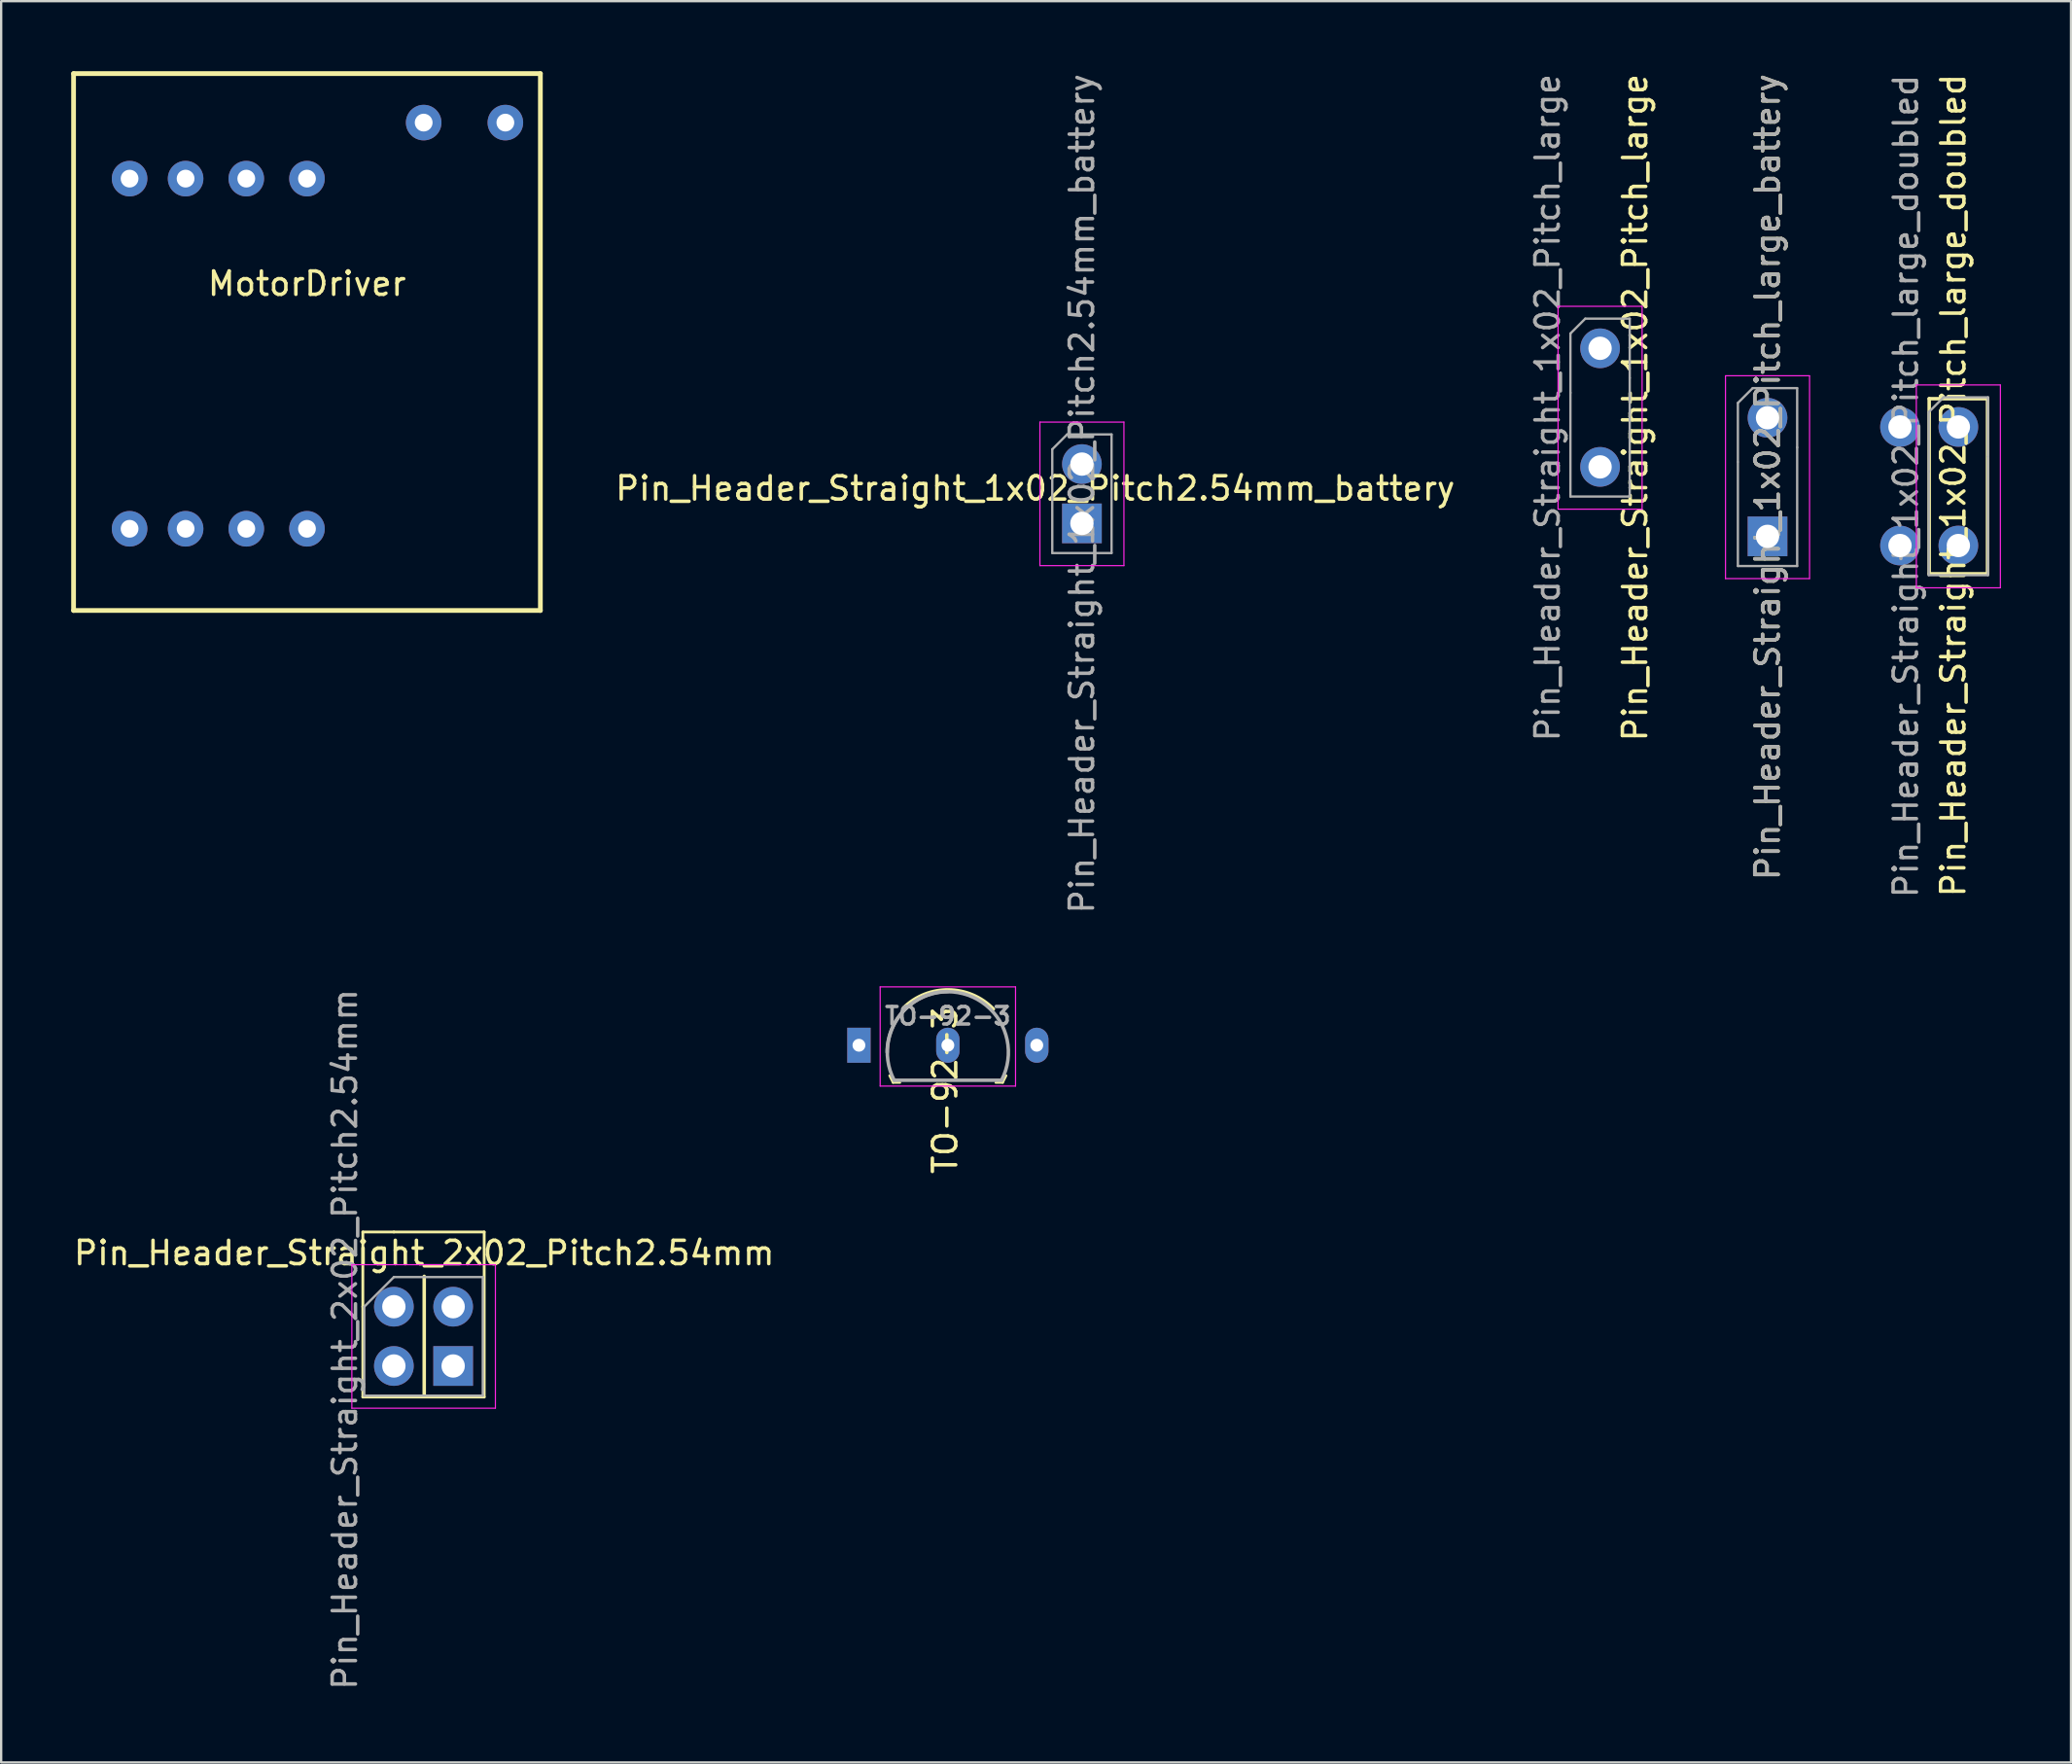
<source format=kicad_pcb>
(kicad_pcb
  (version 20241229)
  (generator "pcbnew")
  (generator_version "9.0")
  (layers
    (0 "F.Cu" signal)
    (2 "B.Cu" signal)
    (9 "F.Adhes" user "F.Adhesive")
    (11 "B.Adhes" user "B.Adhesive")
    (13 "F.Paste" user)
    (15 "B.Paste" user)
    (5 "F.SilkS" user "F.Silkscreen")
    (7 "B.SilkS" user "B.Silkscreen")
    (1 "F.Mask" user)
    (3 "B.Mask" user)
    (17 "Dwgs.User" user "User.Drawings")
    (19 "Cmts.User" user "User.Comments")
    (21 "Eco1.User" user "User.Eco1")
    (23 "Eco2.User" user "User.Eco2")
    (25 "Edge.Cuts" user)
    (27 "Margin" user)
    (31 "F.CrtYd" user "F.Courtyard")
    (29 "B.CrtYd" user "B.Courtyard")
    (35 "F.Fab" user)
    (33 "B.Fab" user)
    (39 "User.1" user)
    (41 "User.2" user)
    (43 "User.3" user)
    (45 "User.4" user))
  (footprint "TO-92-3"
    (layer "F.Cu")
    (at 36.29 41.727)
    (property "Reference" "TO-92-3" (at 1.152 1.93 90) (layer "F.SilkS") (effects (font (size 1 1) (thickness 0.15))))
    (attr through_hole)
    (fp_line (start -1.08 1.6) (end -1.23 1.3) (stroke (width 0.1) (type solid)) (layer "F.SilkS"))
    (fp_line (start -0.78 1.6) (end -1.08 1.6) (stroke (width 0.1) (type solid)) (layer "F.SilkS"))
    (fp_line (start 3.62 1.6) (end 3.32 1.6) (stroke (width 0.1) (type solid)) (layer "F.SilkS"))
    (fp_line (start 3.62 1.6) (end 3.77 1.3) (stroke (width 0.1) (type solid)) (layer "F.SilkS"))
    (fp_arc (start -0.63 -1.6) (mid 1.305355 -2.372361) (end 3.22 -1.55) (stroke (width 0.15) (type solid)) (layer "F.SilkS"))
    (fp_line (start -1.63 -2.5) (end 4.17 -2.5) (stroke (width 0.05) (type solid)) (layer "F.CrtYd"))
    (fp_line (start -1.63 1.75) (end -1.63 -2.5) (stroke (width 0.05) (type solid)) (layer "F.CrtYd"))
    (fp_line (start -1.63 1.75) (end 4.17 1.75) (stroke (width 0.05) (type solid)) (layer "F.CrtYd"))
    (fp_line (start 4.17 1.75) (end 4.17 -2.5) (stroke (width 0.05) (type solid)) (layer "F.CrtYd"))
    (fp_line (start 3.57 1.5) (end -1.03 1.5) (stroke (width 0.15) (type solid)) (layer "F.Fab"))
    (fp_arc (start -1.33 0.3) (mid -0.568478 -1.538478) (end 1.27 -2.3) (stroke (width 0.15) (type solid)) (layer "F.Fab"))
    (fp_arc (start -1.03 1.5) (mid 1.267609 -2.294223) (end 3.572208 1.495758) (stroke (width 0.15) (type solid)) (layer "F.Fab"))
    (fp_text user "${REFERENCE}" (at 1.27 -1.25 180) (layer "F.Fab") (effects (font (size 0.75 0.75) (thickness 0.15))))
    (pad "1" thru_hole rect (at -2.54 0 180) (size 1 1.5) (drill 0.55) (layers "*.Cu" "*.Mask"))
    (pad "2" thru_hole oval (at 1.27 0 180) (size 1 1.5) (drill 0.55) (layers "*.Cu" "*.Mask"))
    (pad "3" thru_hole oval (at 5.08 0 180) (size 1 1.5) (drill 0.55) (layers "*.Cu" "*.Mask")))
  (footprint "Pin_Header_Straight_1x02_Pitch_large"
    (layer "F.Cu")
    (at 65.504 14.411)
    (property "Reference" "Pin_Header_Straight_1x02_Pitch_large" (at 1.5 0 90) (layer "F.SilkS") (effects (font (size 1 1) (thickness 0.15))))
    (attr through_hole)
    (fp_line (start -1.801 -4.338) (end -1.8 4.35) (stroke (width 0.05) (type solid)) (layer "F.CrtYd"))
    (fp_line (start -1.8 4.35) (end 1.8 4.35) (stroke (width 0.05) (type solid)) (layer "F.CrtYd"))
    (fp_line (start 1.8 -4.34) (end -1.8 -4.34) (stroke (width 0.05) (type solid)) (layer "F.CrtYd"))
    (fp_line (start 1.8 4.35) (end 1.801 -4.338) (stroke (width 0.05) (type solid)) (layer "F.CrtYd"))
    (fp_line (start -1.27 -3.175) (end -1.27 -0.635) (stroke (width 0.1) (type solid)) (layer "F.Fab"))
    (fp_line (start -1.27 -3.175) (end -0.635 -3.81) (stroke (width 0.1) (type solid)) (layer "F.Fab"))
    (fp_line (start -1.27 3.81) (end -1.27 -0.635) (stroke (width 0.1) (type solid)) (layer "F.Fab"))
    (fp_line (start -0.635 -3.81) (end 1.27 -3.81) (stroke (width 0.1) (type solid)) (layer "F.Fab"))
    (fp_line (start 1.27 -1.27) (end 1.27 -3.81) (stroke (width 0.1) (type solid)) (layer "F.Fab"))
    (fp_line (start 1.27 -1.27) (end 1.27 3.81) (stroke (width 0.1) (type solid)) (layer "F.Fab"))
    (fp_line (start 1.27 3.81) (end -1.27 3.81) (stroke (width 0.1) (type solid)) (layer "F.Fab"))
    (fp_text user "${REFERENCE}" (at -2.25 0 90) (layer "F.Fab") (effects (font (size 1 1) (thickness 0.15))))
    (pad "1" thru_hole circle (at 0 -2.54) (size 1.7 1.7) (drill 1) (layers "*.Cu" "*.Mask"))
    (pad "2" thru_hole oval (at 0 2.54) (size 1.7 1.7) (drill 1) (layers "*.Cu" "*.Mask")))
  (footprint "Pin_Header_Straight_1x02_Pitch2.54mm_battery"
    (layer "F.Cu")
    (at 43.304 16.831)
    (property "Reference" "Pin_Header_Straight_1x02_Pitch2.54mm_battery" (at -2 1.042 180) (layer "F.SilkS") (effects (font (size 1 1) (thickness 0.15))))
    (attr through_hole)
    (fp_line (start -1.8 -1.8) (end -1.8 4.35) (stroke (width 0.05) (type solid)) (layer "F.CrtYd"))
    (fp_line (start -1.8 4.35) (end 1.8 4.35) (stroke (width 0.05) (type solid)) (layer "F.CrtYd"))
    (fp_line (start 1.8 -1.8) (end -1.8 -1.8) (stroke (width 0.05) (type solid)) (layer "F.CrtYd"))
    (fp_line (start 1.8 4.35) (end 1.8 -1.8) (stroke (width 0.05) (type solid)) (layer "F.CrtYd"))
    (fp_line (start -1.27 -0.635) (end -0.635 -1.27) (stroke (width 0.1) (type solid)) (layer "F.Fab"))
    (fp_line (start -1.27 3.81) (end -1.27 -0.635) (stroke (width 0.1) (type solid)) (layer "F.Fab"))
    (fp_line (start -0.635 -1.27) (end 1.27 -1.27) (stroke (width 0.1) (type solid)) (layer "F.Fab"))
    (fp_line (start 1.27 -1.27) (end 1.27 3.81) (stroke (width 0.1) (type solid)) (layer "F.Fab"))
    (fp_line (start 1.27 3.81) (end -1.27 3.81) (stroke (width 0.1) (type solid)) (layer "F.Fab"))
    (fp_text user "${REFERENCE}" (at 0 1.27 90) (layer "F.Fab") (effects (font (size 1 1) (thickness 0.15))))
    (pad "1" thru_hole circle (at 0 0) (size 1.7 1.7) (drill 1) (layers "*.Cu" "*.Mask"))
    (pad "2" thru_hole rect (at 0 2.54) (size 1.7 1.7) (drill 1) (layers "*.Cu" "*.Mask")))
  (footprint "Pin_Header_Straight_1x02_Pitch_large_doubled"
    (layer "F.Cu")
    (at 80.854 17.78)
    (property "Reference" "Pin_Header_Straight_1x02_Pitch_large_doubled" (at -0.218 -0.036 90) (layer "F.SilkS") (effects (font (size 1 1) (thickness 0.15))))
    (attr through_hole)
    (fp_line (start -1.25 -3.75) (end -1.25 3.75) (stroke (width 0.15) (type solid)) (layer "F.SilkS"))
    (fp_line (start -1.25 3.75) (end 1.25 3.75) (stroke (width 0.15) (type solid)) (layer "F.SilkS"))
    (fp_line (start 1.25 -3.75) (end -1.25 -3.75) (stroke (width 0.15) (type solid)) (layer "F.SilkS"))
    (fp_line (start 1.25 3.75) (end 1.25 -3.75) (stroke (width 0.15) (type solid)) (layer "F.SilkS"))
    (fp_line (start -1.801 -4.338) (end -1.8 4.35) (stroke (width 0.05) (type solid)) (layer "F.CrtYd"))
    (fp_line (start -1.8 4.35) (end 1.8 4.35) (stroke (width 0.05) (type solid)) (layer "F.CrtYd"))
    (fp_line (start 1.8 -4.34) (end -1.8 -4.34) (stroke (width 0.05) (type solid)) (layer "F.CrtYd"))
    (fp_line (start 1.8 4.35) (end 1.801 -4.338) (stroke (width 0.05) (type solid)) (layer "F.CrtYd"))
    (fp_line (start -1.27 -3.175) (end -1.27 -0.635) (stroke (width 0.1) (type solid)) (layer "F.Fab"))
    (fp_line (start -1.27 -3.175) (end -0.635 -3.81) (stroke (width 0.1) (type solid)) (layer "F.Fab"))
    (fp_line (start -1.27 3.81) (end -1.27 -0.635) (stroke (width 0.1) (type solid)) (layer "F.Fab"))
    (fp_line (start -0.635 -3.81) (end 1.27 -3.81) (stroke (width 0.1) (type solid)) (layer "F.Fab"))
    (fp_line (start 1.27 -1.27) (end 1.27 -3.81) (stroke (width 0.1) (type solid)) (layer "F.Fab"))
    (fp_line (start 1.27 -1.27) (end 1.27 3.81) (stroke (width 0.1) (type solid)) (layer "F.Fab"))
    (fp_line (start 1.27 3.81) (end -1.27 3.81) (stroke (width 0.1) (type solid)) (layer "F.Fab"))
    (fp_text user "${REFERENCE}" (at -2.25 0 90) (layer "F.Fab") (effects (font (size 1 1) (thickness 0.15))))
    (pad "1" thru_hole circle (at -2.5 -2.54) (size 1.7 1.7) (drill 1) (layers "*.Cu" "*.Mask"))
    (pad "1" thru_hole circle (at 0 -2.54) (size 1.7 1.7) (drill 1) (layers "*.Cu" "*.Mask"))
    (pad "2" thru_hole oval (at -2.5 2.54) (size 1.7 1.7) (drill 1) (layers "*.Cu" "*.Mask"))
    (pad "2" thru_hole oval (at 0 2.54) (size 1.7 1.7) (drill 1) (layers "*.Cu" "*.Mask")))
  (footprint "MotorDriver"
    (layer "F.Cu")
    (at 10.102 11.602)
    (property "Reference" "MotorDriver" (at 0 -2.5 0) (layer "F.SilkS") (effects (font (size 1 1) (thickness 0.15))))
    (attr through_hole)
    (fp_line (start -10 -11.5) (end -10 11.5) (stroke (width 0.203) (type solid)) (layer "F.SilkS"))
    (fp_line (start -10 -11.5) (end 10 -11.5) (stroke (width 0.203) (type solid)) (layer "F.SilkS"))
    (fp_line (start -10 11.5) (end 10 11.5) (stroke (width 0.203) (type solid)) (layer "F.SilkS"))
    (fp_line (start 10 -11.5) (end 10 11.5) (stroke (width 0.203) (type solid)) (layer "F.SilkS"))
    (pad "1" thru_hole circle (at 8.5 -9.4) (size 1.524 1.524) (drill 0.762) (layers "*.Cu" "*.Mask"))
    (pad "2" thru_hole circle (at 5 -9.4) (size 1.524 1.524) (drill 0.762) (layers "*.Cu" "*.Mask"))
    (pad "3" thru_hole circle (at 0 -7) (size 1.524 1.524) (drill 0.762) (layers "*.Cu" "*.Mask"))
    (pad "4" thru_hole circle (at -2.6 -7) (size 1.524 1.524) (drill 0.762) (layers "*.Cu" "*.Mask"))
    (pad "5" thru_hole circle (at -5.2 -7) (size 1.524 1.524) (drill 0.762) (layers "*.Cu" "*.Mask"))
    (pad "6" thru_hole circle (at -7.6 -7) (size 1.524 1.524) (drill 0.762) (layers "*.Cu" "*.Mask"))
    (pad "7" thru_hole circle (at -7.6 8) (size 1.524 1.524) (drill 0.762) (layers "*.Cu" "*.Mask"))
    (pad "8" thru_hole circle (at -5.2 8) (size 1.524 1.524) (drill 0.762) (layers "*.Cu" "*.Mask"))
    (pad "9" thru_hole circle (at -2.6 8) (size 1.524 1.524) (drill 0.762) (layers "*.Cu" "*.Mask"))
    (pad "10" thru_hole circle (at 0 8) (size 1.524 1.524) (drill 0.762) (layers "*.Cu" "*.Mask")))
  (footprint "Pin_Header_Straight_1x02_Pitch_large_battery"
    (layer "F.Cu")
    (at 72.678 17.387)
    (property "Reference" "Pin_Header_Straight_1x02_Pitch_large_battery" (at 0 0 90) (layer "F.SilkS") (effects (font (size 1 1) (thickness 0.15))))
    (attr through_hole)
    (fp_line (start -1.801 -4.338) (end -1.8 4.35) (stroke (width 0.05) (type solid)) (layer "F.CrtYd"))
    (fp_line (start -1.8 4.35) (end 1.8 4.35) (stroke (width 0.05) (type solid)) (layer "F.CrtYd"))
    (fp_line (start 1.8 -4.34) (end -1.8 -4.34) (stroke (width 0.05) (type solid)) (layer "F.CrtYd"))
    (fp_line (start 1.801 4.348) (end 1.801 -4.338) (stroke (width 0.05) (type solid)) (layer "F.CrtYd"))
    (fp_line (start -1.27 -3.175) (end -0.635 -3.81) (stroke (width 0.1) (type solid)) (layer "F.Fab"))
    (fp_line (start -1.27 -0.66) (end -1.27 -3.175) (stroke (width 0.1) (type solid)) (layer "F.Fab"))
    (fp_line (start -1.27 3.81) (end -1.27 -0.635) (stroke (width 0.1) (type solid)) (layer "F.Fab"))
    (fp_line (start -0.635 -3.81) (end 1.27 -3.81) (stroke (width 0.1) (type solid)) (layer "F.Fab"))
    (fp_line (start 1.27 -1.27) (end 1.27 -3.81) (stroke (width 0.1) (type solid)) (layer "F.Fab"))
    (fp_line (start 1.27 -1.27) (end 1.27 3.81) (stroke (width 0.1) (type solid)) (layer "F.Fab"))
    (fp_line (start 1.27 3.81) (end -1.27 3.81) (stroke (width 0.1) (type solid)) (layer "F.Fab"))
    (fp_text user "${REFERENCE}" (at 0 0 90) (layer "F.Fab") (effects (font (size 1 1) (thickness 0.15))))
    (pad "1" thru_hole circle (at 0 -2.54) (size 1.7 1.7) (drill 1) (layers "*.Cu" "*.Mask"))
    (pad "2" thru_hole rect (at 0 2.54) (size 1.7 1.7) (drill 1) (layers "*.Cu" "*.Mask")))
  (footprint "Pin_Header_Straight_2x02_Pitch2.54mm"
    (layer "F.Cu")
    (at 13.825 52.927)
    (property "Reference" "Pin_Header_Straight_2x02_Pitch2.54mm" (at 1.3 -2.3 0) (layer "F.SilkS") (effects (font (size 1 1) (thickness 0.15))))
    (attr through_hole)
    (fp_line (start -1.33 -3.2) (end -1.33 0) (stroke (width 0.12) (type solid)) (layer "F.SilkS"))
    (fp_line (start -1.33 -3.2) (end 0 -3.2) (stroke (width 0.12) (type solid)) (layer "F.SilkS"))
    (fp_line (start -1.33 0) (end -1.33 3.87) (stroke (width 0.12) (type solid)) (layer "F.SilkS"))
    (fp_line (start -1.33 3.87) (end 3.87 3.87) (stroke (width 0.12) (type solid)) (layer "F.SilkS"))
    (fp_line (start 0 -3.2) (end 3.87 -3.2) (stroke (width 0.12) (type solid)) (layer "F.SilkS"))
    (fp_line (start 1.3 -1.3) (end 1.3 3.8) (stroke (width 0.15) (type solid)) (layer "F.SilkS"))
    (fp_line (start 3.87 -3.2) (end 3.87 3.87) (stroke (width 0.12) (type solid)) (layer "F.SilkS"))
    (fp_line (start -1.8 -1.8) (end -1.8 4.35) (stroke (width 0.05) (type solid)) (layer "F.CrtYd"))
    (fp_line (start -1.8 4.35) (end 4.35 4.35) (stroke (width 0.05) (type solid)) (layer "F.CrtYd"))
    (fp_line (start 4.35 -1.8) (end -1.8 -1.8) (stroke (width 0.05) (type solid)) (layer "F.CrtYd"))
    (fp_line (start 4.35 4.35) (end 4.35 -1.8) (stroke (width 0.05) (type solid)) (layer "F.CrtYd"))
    (fp_line (start -1.27 0) (end 0 -1.27) (stroke (width 0.1) (type solid)) (layer "F.Fab"))
    (fp_line (start -1.27 3.81) (end -1.27 0) (stroke (width 0.1) (type solid)) (layer "F.Fab"))
    (fp_line (start 0 -1.27) (end 3.81 -1.27) (stroke (width 0.1) (type solid)) (layer "F.Fab"))
    (fp_line (start 3.81 -1.27) (end 3.81 3.81) (stroke (width 0.1) (type solid)) (layer "F.Fab"))
    (fp_line (start 3.81 3.81) (end -1.27 3.81) (stroke (width 0.1) (type solid)) (layer "F.Fab"))
    (fp_text user "${REFERENCE}" (at -2.1 1.4 90) (layer "F.Fab") (effects (font (size 1 1) (thickness 0.15))))
    (pad "1" thru_hole oval (at 0 0) (size 1.7 1.7) (drill 1) (layers "*.Cu" "*.Mask"))
    (pad "2" thru_hole oval (at 2.54 0) (size 1.7 1.7) (drill 1) (layers "*.Cu" "*.Mask"))
    (pad "3" thru_hole oval (at 0 2.54) (size 1.7 1.7) (drill 1) (layers "*.Cu" "*.Mask"))
    (pad "4" thru_hole rect (at 2.54 2.54) (size 1.7 1.7) (drill 1) (layers "*.Cu" "*.Mask")))
  (gr_rect
    (start -3 -3)
    (end 85.68 72.452)
    (stroke (width 0.1) (type default))
    (fill no)
    (layer "Edge.Cuts")))
</source>
